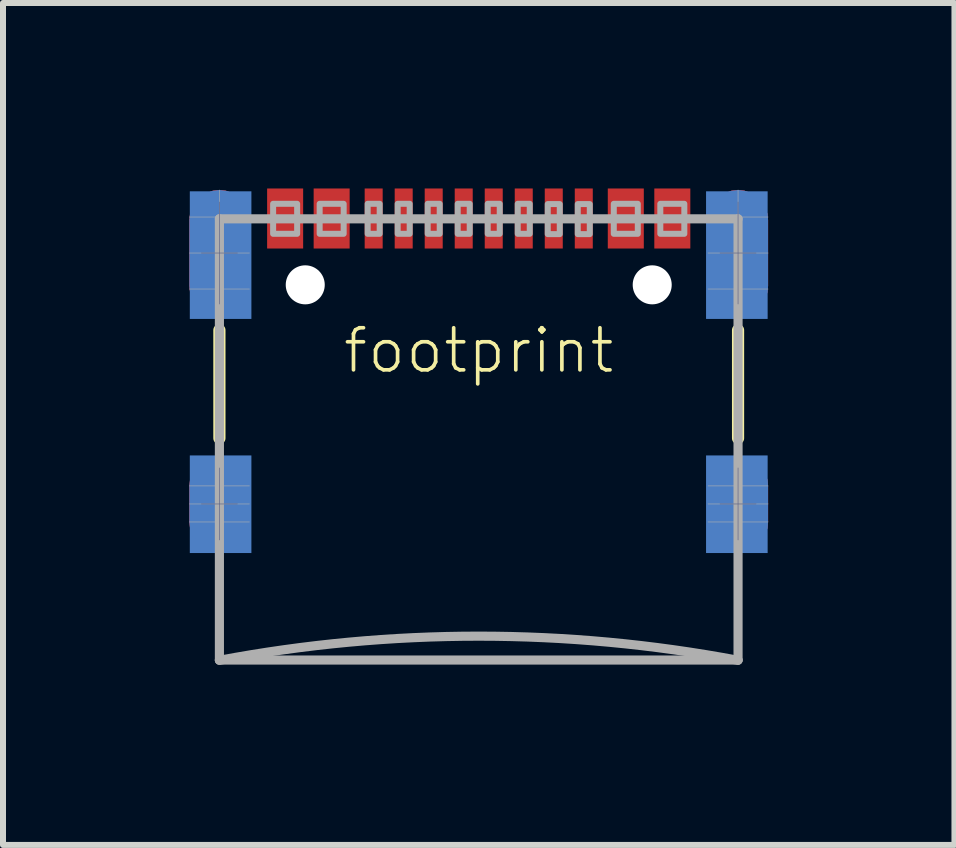
<source format=kicad_pcb>
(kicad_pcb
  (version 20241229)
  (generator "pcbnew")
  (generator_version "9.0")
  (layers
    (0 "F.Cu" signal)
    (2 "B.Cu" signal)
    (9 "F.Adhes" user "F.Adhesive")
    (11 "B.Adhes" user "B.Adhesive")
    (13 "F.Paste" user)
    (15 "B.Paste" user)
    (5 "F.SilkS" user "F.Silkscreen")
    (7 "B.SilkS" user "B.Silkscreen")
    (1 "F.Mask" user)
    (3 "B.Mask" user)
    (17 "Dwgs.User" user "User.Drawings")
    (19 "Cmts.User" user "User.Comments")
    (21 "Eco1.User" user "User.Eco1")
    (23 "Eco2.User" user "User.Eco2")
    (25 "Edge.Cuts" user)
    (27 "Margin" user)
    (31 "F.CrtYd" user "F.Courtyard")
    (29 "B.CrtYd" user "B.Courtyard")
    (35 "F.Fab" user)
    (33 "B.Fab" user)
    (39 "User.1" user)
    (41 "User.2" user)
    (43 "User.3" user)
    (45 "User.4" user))
  (footprint "footprint"
    (layer "F.Cu")
    (at 4.925 0.25)
    (property "Reference" "footprint" (at 0 2.54 0) (layer "F.SilkS") (effects (font (size 0.701 0.701) (thickness 0.061))))
    (fp_poly (pts (xy -4.169 -0.226) (xy -4.026 -0.173) (xy -3.902 -0.085) (xy -3.804 0.032) (xy -3.741 0.17) (xy -3.715 0.32) (xy -3.715 1.52) (xy -3.742 1.669) (xy -3.806 1.805) (xy -3.904 1.92) (xy -4.028 2.007) (xy -4.17 2.058) (xy -4.32 2.07) (xy -4.47 2.058) (xy -4.612 2.007) (xy -4.736 1.92) (xy -4.834 1.805) (xy -4.925 1.521) (xy -4.925 0.32) (xy -4.899 0.17) (xy -4.836 0.032) (xy -4.738 -0.085) (xy -4.614 -0.174) (xy -4.32 -0.24)) (stroke (width 0) (type solid)) (fill yes) (layer "F.Mask"))
    (fp_poly (pts (xy -4.163 4.211) (xy -4.017 4.273) (xy -3.891 4.37) (xy -3.795 4.496) (xy -3.735 4.643) (xy -3.715 4.8) (xy -3.715 5.4) (xy -3.736 5.556) (xy -3.797 5.701) (xy -3.893 5.825) (xy -4.018 5.921) (xy -4.164 5.98) (xy -4.32 6) (xy -4.476 5.98) (xy -4.622 5.921) (xy -4.747 5.825) (xy -4.843 5.701) (xy -4.925 5.401) (xy -4.925 4.8) (xy -4.905 4.643) (xy -4.845 4.496) (xy -4.749 4.37) (xy -4.623 4.272) (xy -4.32 4.19)) (stroke (width 0) (type solid)) (fill yes) (layer "F.Mask"))
    (fp_poly (pts (xy 4.471 -0.226) (xy 4.614 -0.173) (xy 4.738 -0.085) (xy 4.836 0.032) (xy 4.899 0.17) (xy 4.925 0.32) (xy 4.925 1.52) (xy 4.898 1.669) (xy 4.834 1.805) (xy 4.736 1.92) (xy 4.612 2.007) (xy 4.47 2.058) (xy 4.32 2.07) (xy 4.17 2.058) (xy 4.028 2.007) (xy 3.904 1.92) (xy 3.806 1.805) (xy 3.715 1.521) (xy 3.715 0.32) (xy 3.741 0.17) (xy 3.804 0.032) (xy 3.902 -0.085) (xy 4.026 -0.174) (xy 4.32 -0.24)) (stroke (width 0) (type solid)) (fill yes) (layer "F.Mask"))
    (fp_poly (pts (xy 4.477 4.211) (xy 4.623 4.273) (xy 4.749 4.37) (xy 4.845 4.496) (xy 4.905 4.643) (xy 4.925 4.8) (xy 4.925 5.4) (xy 4.904 5.556) (xy 4.843 5.701) (xy 4.747 5.825) (xy 4.622 5.921) (xy 4.476 5.98) (xy 4.32 6) (xy 4.164 5.98) (xy 4.018 5.921) (xy 3.893 5.825) (xy 3.797 5.701) (xy 3.715 5.401) (xy 3.715 4.8) (xy 3.735 4.643) (xy 3.795 4.496) (xy 3.891 4.37) (xy 4.017 4.272) (xy 4.32 4.19)) (stroke (width 0) (type solid)) (fill yes) (layer "F.Mask"))
    (fp_poly (pts (xy -3.787 2.013) (xy -4.813 2.013) (xy -4.813 -0.113) (xy -3.787 -0.113)) (stroke (width 0) (type solid)) (fill yes) (layer "B.Cu"))
    (fp_poly (pts (xy -3.787 5.913) (xy -4.813 5.913) (xy -4.813 4.287) (xy -3.787 4.287)) (stroke (width 0) (type solid)) (fill yes) (layer "B.Cu"))
    (fp_poly (pts (xy 4.813 2.013) (xy 3.787 2.013) (xy 3.787 -0.113) (xy 4.813 -0.113)) (stroke (width 0) (type solid)) (fill yes) (layer "B.Cu"))
    (fp_poly (pts (xy 4.813 5.913) (xy 3.787 5.913) (xy 3.787 4.287) (xy 4.813 4.287)) (stroke (width 0) (type solid)) (fill yes) (layer "B.Cu"))
    (fp_line (start -4.32 2.2) (end -4.32 4) (stroke (width 0.203) (type solid)) (layer "F.SilkS"))
    (fp_line (start 4.32 2.2) (end 4.32 4) (stroke (width 0.203) (type solid)) (layer "F.SilkS"))
    (fp_poly (pts (xy -3.787 2.013) (xy -4.813 2.013) (xy -4.813 -0.113) (xy -3.787 -0.113)) (stroke (width 0) (type solid)) (fill yes) (layer "In2.Cu"))
    (fp_poly (pts (xy -3.787 5.913) (xy -4.813 5.913) (xy -4.813 4.287) (xy -3.787 4.287)) (stroke (width 0) (type solid)) (fill yes) (layer "In2.Cu"))
    (fp_poly (pts (xy 4.813 2.013) (xy 3.787 2.013) (xy 3.787 -0.113) (xy 4.813 -0.113)) (stroke (width 0) (type solid)) (fill yes) (layer "In2.Cu"))
    (fp_poly (pts (xy 4.813 5.913) (xy 3.787 5.913) (xy 3.787 4.287) (xy 4.813 4.287)) (stroke (width 0) (type solid)) (fill yes) (layer "In2.Cu"))
    (fp_poly (pts (xy -4.219 -0.146) (xy -4.094 -0.103) (xy -3.984 -0.029) (xy -3.898 0.071) (xy -3.84 0.19) (xy -3.815 0.32) (xy -3.815 1.521) (xy -3.854 1.668) (xy -3.937 1.796) (xy -4.056 1.892) (xy -4.35 1.955) (xy -4.491 1.939) (xy -4.621 1.88) (xy -4.727 1.784) (xy -4.825 1.521) (xy -4.825 0.32) (xy -4.802 0.173) (xy -4.734 0.041) (xy -4.629 -0.065) (xy -4.351 -0.155)) (stroke (width 0) (type solid)) (fill yes) (layer "F.Paste"))
    (fp_poly (pts (xy -4.147 4.322) (xy -4.011 4.395) (xy -3.903 4.507) (xy -3.815 4.799) (xy -3.815 5.4) (xy -3.836 5.553) (xy -3.904 5.693) (xy -4.011 5.805) (xy -4.299 5.905) (xy -4.434 5.89) (xy -4.559 5.841) (xy -4.667 5.761) (xy -4.751 5.656) (xy -4.825 5.401) (xy -4.825 4.8) (xy -4.805 4.667) (xy -4.751 4.544) (xy -4.667 4.439) (xy -4.559 4.359) (xy -4.3 4.295)) (stroke (width 0) (type solid)) (fill yes) (layer "F.Paste"))
    (fp_poly (pts (xy 4.43 -0.145) (xy 4.553 -0.101) (xy 4.661 -0.026) (xy 4.745 0.073) (xy 4.801 0.191) (xy 4.825 0.32) (xy 4.825 1.521) (xy 4.787 1.667) (xy 4.707 1.794) (xy 4.59 1.89) (xy 4.3 1.955) (xy 4.164 1.949) (xy 4.035 1.902) (xy 3.927 1.816) (xy 3.815 1.571) (xy 3.815 0.37) (xy 3.827 0.239) (xy 3.873 0.115) (xy 3.949 0.007) (xy 4.05 -0.077) (xy 4.299 -0.155)) (stroke (width 0) (type solid)) (fill yes) (layer "F.Paste"))
    (fp_poly (pts (xy 4.434 4.31) (xy 4.559 4.359) (xy 4.667 4.439) (xy 4.751 4.544) (xy 4.805 4.667) (xy 4.825 4.8) (xy 4.825 5.4) (xy 4.806 5.552) (xy 4.74 5.691) (xy 4.635 5.803) (xy 4.351 5.905) (xy 4.221 5.899) (xy 4.097 5.859) (xy 3.989 5.789) (xy 3.901 5.692) (xy 3.815 5.451) (xy 3.815 4.85) (xy 3.824 4.715) (xy 3.867 4.586) (xy 3.942 4.472) (xy 4.045 4.382) (xy 4.299 4.295)) (stroke (width 0) (type solid)) (fill yes) (layer "F.Paste"))
    (fp_line (start -4.62 0.915) (end -4.02 0.915) (stroke (width 0.01) (type solid)) (layer "B.Fab"))
    (fp_line (start -4.62 5.095) (end -4.02 5.095) (stroke (width 0.01) (type solid)) (layer "B.Fab"))
    (fp_line (start -4.32 0.065) (end -4.32 1.765) (stroke (width 0.01) (type solid)) (layer "B.Fab"))
    (fp_line (start -4.32 4.495) (end -4.32 5.695) (stroke (width 0.01) (type solid)) (layer "B.Fab"))
    (fp_line (start 4.02 0.915) (end 4.62 0.915) (stroke (width 0.01) (type solid)) (layer "B.Fab"))
    (fp_line (start 4.02 5.095) (end 4.62 5.095) (stroke (width 0.01) (type solid)) (layer "B.Fab"))
    (fp_line (start 4.32 0.065) (end 4.32 1.765) (stroke (width 0.01) (type solid)) (layer "B.Fab"))
    (fp_line (start 4.32 4.495) (end 4.32 5.695) (stroke (width 0.01) (type solid)) (layer "B.Fab"))
    (fp_line (start -4.82 0.315) (end -3.82 0.315) (stroke (width 0.01) (type solid)) (layer "F.Fab"))
    (fp_line (start -4.82 0.915) (end -3.82 0.915) (stroke (width 0.01) (type solid)) (layer "F.Fab"))
    (fp_line (start -4.82 1.515) (end -3.82 1.515) (stroke (width 0.01) (type solid)) (layer "F.Fab"))
    (fp_line (start -4.82 4.795) (end -3.82 4.795) (stroke (width 0.01) (type solid)) (layer "F.Fab"))
    (fp_line (start -4.82 5.095) (end -3.82 5.095) (stroke (width 0.01) (type solid)) (layer "F.Fab"))
    (fp_line (start -4.82 5.395) (end -3.82 5.395) (stroke (width 0.01) (type solid)) (layer "F.Fab"))
    (fp_line (start -4.32 -0.135) (end -4.32 0.345) (stroke (width 0.01) (type solid)) (layer "F.Fab"))
    (fp_line (start -4.32 0.345) (end -4.32 1.965) (stroke (width 0.01) (type solid)) (layer "F.Fab"))
    (fp_line (start -4.32 0.345) (end 4.32 0.345) (stroke (width 0.152) (type solid)) (layer "F.Fab"))
    (fp_line (start -4.32 4.295) (end -4.32 5.895) (stroke (width 0.01) (type solid)) (layer "F.Fab"))
    (fp_line (start -4.32 7.695) (end -4.32 0.345) (stroke (width 0.152) (type solid)) (layer "F.Fab"))
    (fp_line (start -4.32 7.695) (end 4.32 7.695) (stroke (width 0.152) (type solid)) (layer "F.Fab"))
    (fp_line (start 3.82 0.315) (end 4.82 0.315) (stroke (width 0.01) (type solid)) (layer "F.Fab"))
    (fp_line (start 3.82 0.915) (end 4.82 0.915) (stroke (width 0.01) (type solid)) (layer "F.Fab"))
    (fp_line (start 3.82 1.515) (end 4.82 1.515) (stroke (width 0.01) (type solid)) (layer "F.Fab"))
    (fp_line (start 3.82 4.795) (end 4.82 4.795) (stroke (width 0.01) (type solid)) (layer "F.Fab"))
    (fp_line (start 3.82 5.095) (end 4.82 5.095) (stroke (width 0.01) (type solid)) (layer "F.Fab"))
    (fp_line (start 3.82 5.395) (end 4.82 5.395) (stroke (width 0.01) (type solid)) (layer "F.Fab"))
    (fp_line (start 4.32 -0.135) (end 4.32 0.345) (stroke (width 0.01) (type solid)) (layer "F.Fab"))
    (fp_line (start 4.32 0.345) (end 4.32 1.965) (stroke (width 0.01) (type solid)) (layer "F.Fab"))
    (fp_line (start 4.32 0.345) (end 4.32 7.695) (stroke (width 0.152) (type solid)) (layer "F.Fab"))
    (fp_line (start 4.32 4.295) (end 4.32 5.895) (stroke (width 0.01) (type solid)) (layer "F.Fab"))
    (fp_arc (start -4.32 7.7) (mid 0 7.297675) (end 4.32 7.7) (stroke (width 0.1524) (type solid)) (layer "F.Fab"))
    (fp_poly (pts (xy -3.425 0.595) (xy -3.025 0.595) (xy -3.025 0.095) (xy -3.425 0.095)) (stroke (width 0.1) (type solid)) (fill no) (layer "F.Fab"))
    (fp_poly (pts (xy -2.65 0.595) (xy -2.25 0.595) (xy -2.25 0.095) (xy -2.65 0.095)) (stroke (width 0.1) (type solid)) (fill no) (layer "F.Fab"))
    (fp_poly (pts (xy -1.85 0.595) (xy -1.65 0.595) (xy -1.65 0.095) (xy -1.85 0.095)) (stroke (width 0.1) (type solid)) (fill no) (layer "F.Fab"))
    (fp_poly (pts (xy -1.35 0.595) (xy -1.15 0.595) (xy -1.15 0.095) (xy -1.35 0.095)) (stroke (width 0.1) (type solid)) (fill no) (layer "F.Fab"))
    (fp_poly (pts (xy -0.85 0.595) (xy -0.65 0.595) (xy -0.65 0.095) (xy -0.85 0.095)) (stroke (width 0.1) (type solid)) (fill no) (layer "F.Fab"))
    (fp_poly (pts (xy -0.35 0.595) (xy -0.15 0.595) (xy -0.15 0.095) (xy -0.35 0.095)) (stroke (width 0.1) (type solid)) (fill no) (layer "F.Fab"))
    (fp_poly (pts (xy 0.15 0.595) (xy 0.35 0.595) (xy 0.35 0.095) (xy 0.15 0.095)) (stroke (width 0.1) (type solid)) (fill no) (layer "F.Fab"))
    (fp_poly (pts (xy 0.65 0.595) (xy 0.85 0.595) (xy 0.85 0.095) (xy 0.65 0.095)) (stroke (width 0.1) (type solid)) (fill no) (layer "F.Fab"))
    (fp_poly (pts (xy 1.15 0.6) (xy 1.35 0.6) (xy 1.35 0.1) (xy 1.15 0.1)) (stroke (width 0.1) (type solid)) (fill no) (layer "F.Fab"))
    (fp_poly (pts (xy 1.65 0.6) (xy 1.85 0.6) (xy 1.85 0.1) (xy 1.65 0.1)) (stroke (width 0.1) (type solid)) (fill no) (layer "F.Fab"))
    (fp_poly (pts (xy 2.25 0.595) (xy 2.65 0.595) (xy 2.65 0.095) (xy 2.25 0.095)) (stroke (width 0.1) (type solid)) (fill no) (layer "F.Fab"))
    (fp_poly (pts (xy 3.025 0.595) (xy 3.425 0.595) (xy 3.425 0.095) (xy 3.025 0.095)) (stroke (width 0.1) (type solid)) (fill no) (layer "F.Fab"))
    (pad "" np_thru_hole circle (at -2.89 1.445) (size 0.65 0.65) (drill 0.65) (layers "*.Cu" "*.Mask"))
    (pad "" np_thru_hole circle (at 2.89 1.445) (size 0.65 0.65) (drill 0.65) (layers "*.Cu" "*.Mask"))
    (pad "A5" smd rect (at -1.25 0.34 180) (size 0.3 1) (layers "F.Cu" "F.Mask" "F.Paste"))
    (pad "A6" smd rect (at -0.25 0.34 180) (size 0.3 1) (layers "F.Cu" "F.Mask" "F.Paste"))
    (pad "A7" smd rect (at 0.25 0.34) (size 0.3 1) (layers "F.Cu" "F.Mask" "F.Paste"))
    (pad "A8" smd rect (at 1.25 0.34) (size 0.3 1) (layers "F.Cu" "F.Mask" "F.Paste"))
    (pad "B5" smd rect (at 1.75 0.34) (size 0.3 1) (layers "F.Cu" "F.Mask" "F.Paste"))
    (pad "B6" smd rect (at 0.75 0.34) (size 0.3 1) (layers "F.Cu" "F.Mask" "F.Paste"))
    (pad "B7" smd rect (at -0.75 0.34 180) (size 0.3 1) (layers "F.Cu" "F.Mask" "F.Paste"))
    (pad "B8" smd rect (at -1.75 0.34 180) (size 0.3 1) (layers "F.Cu" "F.Mask" "F.Paste"))
    (pad "GND" smd rect (at -3.225 0.34 180) (size 0.6 1) (layers "F.Cu" "F.Mask" "F.Paste"))
    (pad "GND2" smd rect (at 3.225 0.34) (size 0.6 1) (layers "F.Cu" "F.Mask" "F.Paste"))
    (pad "SHLD1" smd roundrect (at -4.32 0.915 180) (size 1 2.1) (layers "F.Cu") (roundrect_rratio 0.5))
    (pad "SHLD2" smd roundrect (at 4.32 0.915 180) (size 1 2.1) (layers "F.Cu") (roundrect_rratio 0.5))
    (pad "SHLD3" smd roundrect (at -4.32 0.915) (size 1 2.1) (layers "*.Cu" "*.Mask") (roundrect_rratio 0.5))
    (pad "SHLD4" smd roundrect (at 4.32 0.915) (size 1 2.1) (layers "*.Cu" "*.Mask") (roundrect_rratio 0.5))
    (pad "SHLD5" smd roundrect (at -4.32 5.095 180) (size 1 1.6) (layers "F.Cu") (roundrect_rratio 0.5))
    (pad "SHLD6" smd roundrect (at -4.32 5.095) (size 1 1.6) (layers "*.Cu" "*.Mask") (roundrect_rratio 0.5))
    (pad "SHLD7" smd roundrect (at 4.32 5.095) (size 1 1.6) (layers "*.Cu" "*.Mask") (roundrect_rratio 0.5))
    (pad "SHLD8" smd roundrect (at 4.32 5.095 180) (size 1 1.6) (layers "F.Cu") (roundrect_rratio 0.5))
    (pad "VBUS1" smd rect (at -2.45 0.34 180) (size 0.6 1) (layers "F.Cu" "F.Mask" "F.Paste"))
    (pad "VBUS2" smd rect (at 2.45 0.34) (size 0.6 1) (layers "F.Cu" "F.Mask" "F.Paste")))
  (gr_rect
    (start -3 -3)
    (end 12.85 11.026)
    (stroke (width 0.1) (type default))
    (fill no)
    (layer "Edge.Cuts")))
</source>
